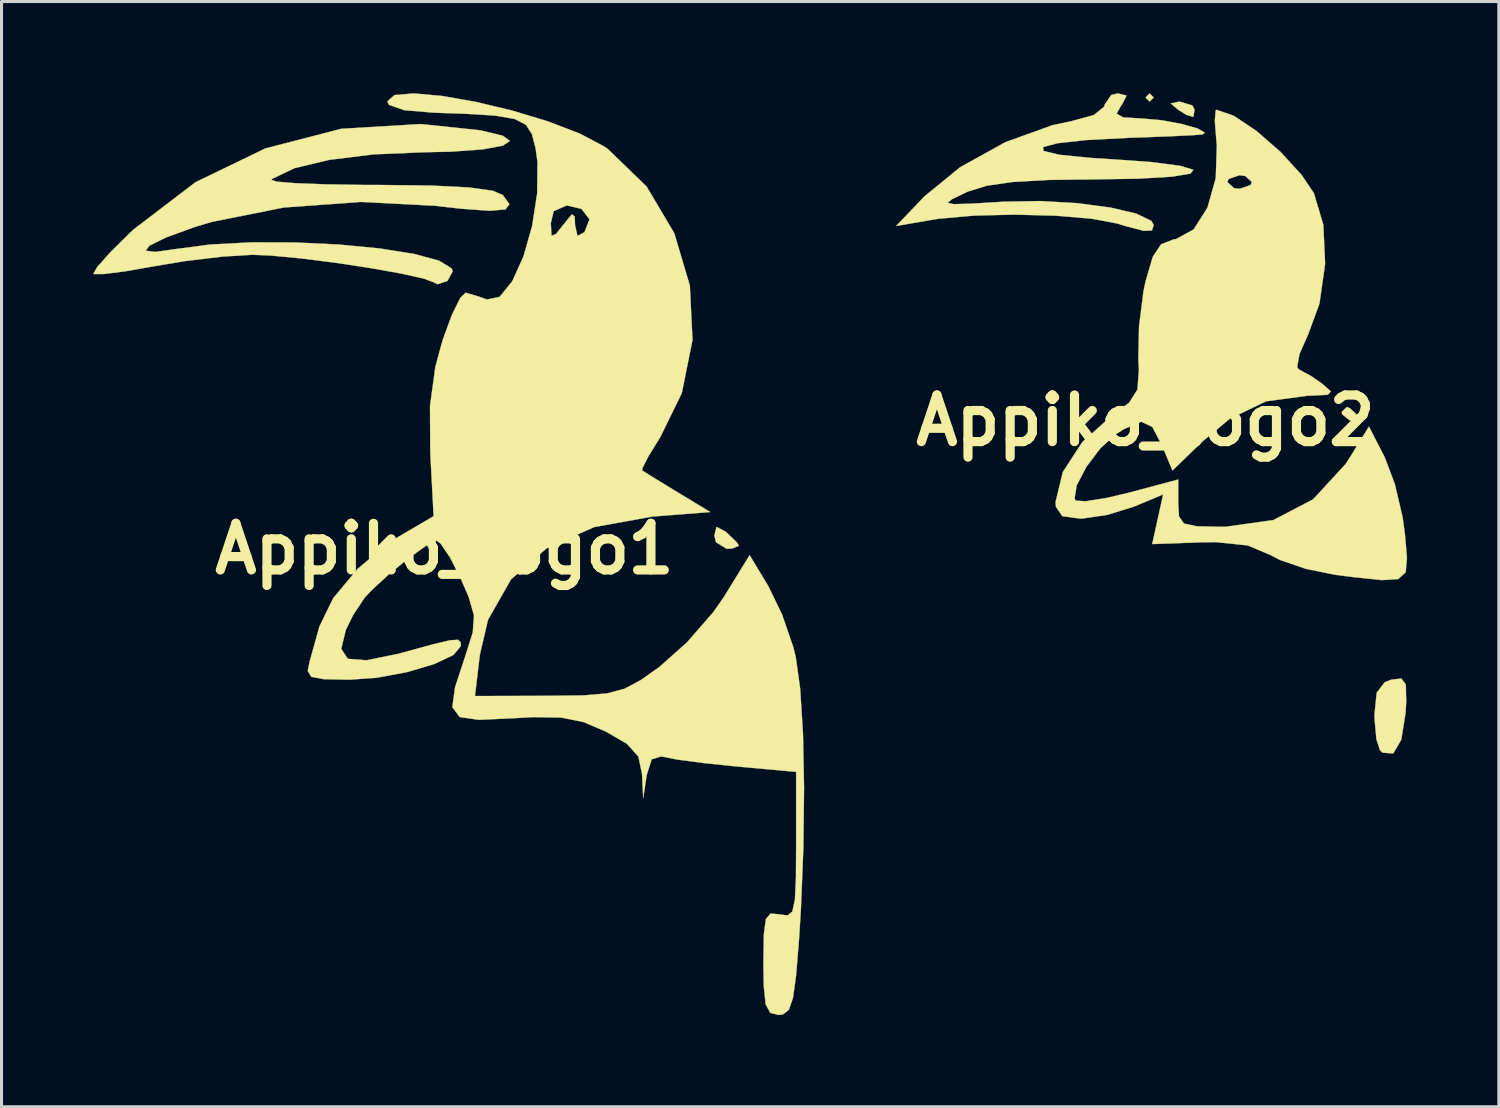
<source format=kicad_pcb>
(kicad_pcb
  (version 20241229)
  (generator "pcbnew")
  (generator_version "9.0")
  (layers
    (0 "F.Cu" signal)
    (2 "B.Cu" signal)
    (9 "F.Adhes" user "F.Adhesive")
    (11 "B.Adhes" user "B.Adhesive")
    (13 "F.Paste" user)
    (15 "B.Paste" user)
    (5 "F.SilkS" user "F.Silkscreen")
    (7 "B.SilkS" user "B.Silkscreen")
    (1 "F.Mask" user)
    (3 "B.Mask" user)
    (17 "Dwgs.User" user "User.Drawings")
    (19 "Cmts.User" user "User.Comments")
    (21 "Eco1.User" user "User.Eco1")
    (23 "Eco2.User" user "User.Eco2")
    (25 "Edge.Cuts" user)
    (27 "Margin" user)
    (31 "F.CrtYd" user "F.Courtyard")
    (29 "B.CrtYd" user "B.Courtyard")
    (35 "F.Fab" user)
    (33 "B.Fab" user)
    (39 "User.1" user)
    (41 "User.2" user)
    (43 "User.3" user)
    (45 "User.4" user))
  (footprint "Appiko_logo2"
    (layer "F.Cu")
    (at 34.407 10.7)
    (property "Reference" "Appiko_logo2" (at 0 0 0) (layer "F.SilkS") (effects (font (size 1.524 1.524) (thickness 0.3))))
    (attr through_hole)
    (fp_poly (pts (xy 0.267 -10.561) (xy 0.134 -10.427) (xy 0 -10.561) (xy 0.134 -10.695) (xy 0.267 -10.561)) (stroke (width 0.01) (type solid)) (fill yes) (layer "F.SilkS"))
    (fp_poly (pts (xy 1.533 -10.301) (xy 1.604 -10.16) (xy 1.563 -9.927) (xy 1.332 -9.996) (xy 1.069 -10.16) (xy 0.824 -10.367) (xy 1.076 -10.422) (xy 1.136 -10.423) (xy 1.533 -10.301)) (stroke (width 0.01) (type solid)) (fill yes) (layer "F.SilkS"))
    (fp_poly (pts (xy 6.684 -0.401) (xy 6.939 -0.161) (xy 6.952 -0.118) (xy 6.745 -0.003) (xy 6.684 0) (xy 6.427 -0.206) (xy 6.417 -0.283) (xy 6.581 -0.443) (xy 6.684 -0.401)) (stroke (width 0.01) (type solid)) (fill yes) (layer "F.SilkS"))
    (fp_poly (pts (xy 8.511 8.637) (xy 8.524 9.195) (xy 8.503 9.559) (xy 8.362 10.436) (xy 8.101 10.886) (xy 7.754 10.862) (xy 7.67 10.789) (xy 7.549 10.423) (xy 7.488 9.757) (xy 7.486 9.612) (xy 7.558 8.902) (xy 7.823 8.556) (xy 8.035 8.475) (xy 8.366 8.437) (xy 8.511 8.637)) (stroke (width 0.01) (type solid)) (fill yes) (layer "F.SilkS"))
    (fp_poly (pts (xy -0.619 -10.624) (xy -0.77 -10.333) (xy -0.802 -10.294) (xy -0.944 -10.034) (xy -0.735 -9.912) (xy -0.1 -9.874) (xy 0.539 -9.817) (xy 1.191 -9.695) (xy 1.707 -9.547) (xy 1.935 -9.413) (xy 1.872 -9.356) (xy 1.561 -9.33) (xy 0.848 -9.295) (xy -0.134 -9.257) (xy -0.535 -9.244) (xy -1.935 -9.171) (xy -2.878 -9.067) (xy -3.349 -8.943) (xy -3.333 -8.813) (xy -2.817 -8.689) (xy -1.787 -8.586) (xy -1.283 -8.555) (xy 0.193 -8.451) (xy 1.14 -8.327) (xy 1.564 -8.197) (xy 1.471 -8.075) (xy 0.866 -7.973) (xy -0.245 -7.907) (xy -1.551 -7.887) (xy -3.164 -7.867) (xy -4.345 -7.8) (xy -5.193 -7.677) (xy -5.807 -7.486) (xy -5.882 -7.452) (xy -6.325 -7.239) (xy -6.475 -7.118) (xy -6.272 -7.075) (xy -5.654 -7.093) (xy -4.65 -7.154) (xy -3.437 -7.176) (xy -2.23 -7.107) (xy -1.145 -6.963) (xy -0.3 -6.765) (xy 0.191 -6.528) (xy 0.267 -6.39) (xy 0.209 -6.214) (xy -0.052 -6.201) (xy -0.646 -6.356) (xy -0.936 -6.444) (xy -1.767 -6.6) (xy -2.947 -6.698) (xy -4.295 -6.732) (xy -5.627 -6.7) (xy -6.761 -6.598) (xy -6.952 -6.568) (xy -8.155 -6.361) (xy -7.224 -7.334) (xy -6.058 -8.285) (xy -4.589 -9.098) (xy -3.046 -9.656) (xy -2.441 -9.784) (xy -1.692 -9.987) (xy -1.348 -10.266) (xy -1.337 -10.328) (xy -1.12 -10.645) (xy -0.903 -10.695) (xy -0.619 -10.624)) (stroke (width 0.01) (type solid)) (fill yes) (layer "F.SilkS"))
    (fp_poly (pts (xy 2.882 -9.966) (xy 3.63 -9.466) (xy 4.419 -8.778) (xy 5.109 -8.023) (xy 5.505 -7.433) (xy 5.814 -6.397) (xy 5.872 -5.119) (xy 5.687 -3.822) (xy 5.317 -2.814) (xy 5.031 -2.168) (xy 4.959 -1.747) (xy 5.011 -1.672) (xy 5.417 -1.452) (xy 5.777 -1.202) (xy 6.06 -0.952) (xy 5.963 -0.842) (xy 5.414 -0.812) (xy 5.298 -0.811) (xy 3.938 -0.627) (xy 2.749 -0.054) (xy 1.844 0.7) (xy 0.88 1.636) (xy 0.541 0.818) (xy 0.221 0.208) (xy -0.141 0.04) (xy -0.701 0.278) (xy -0.959 0.441) (xy -1.472 0.902) (xy -1.936 1.516) (xy -2.252 2.121) (xy -2.321 2.551) (xy -2.283 2.619) (xy -1.959 2.641) (xy -1.279 2.533) (xy -0.525 2.355) (xy 1.069 1.928) (xy 1.069 2.702) (xy 1.094 3.137) (xy 1.255 3.368) (xy 1.679 3.459) (xy 2.495 3.476) (xy 2.612 3.476) (xy 4.182 3.254) (xy 5.48 2.577) (xy 6.539 1.426) (xy 6.7 1.177) (xy 7.305 0.198) (xy 7.826 1.213) (xy 8.155 2.087) (xy 8.408 3.172) (xy 8.483 3.731) (xy 8.548 4.495) (xy 8.507 4.961) (xy 8.265 5.183) (xy 7.726 5.218) (xy 6.795 5.12) (xy 6.213 5.047) (xy 5.249 4.852) (xy 4.392 4.559) (xy 4.087 4.399) (xy 3.34 4.084) (xy 2.299 3.976) (xy 1.793 3.984) (xy 0.218 4.04) (xy 0.397 3.229) (xy 0.575 2.417) (xy -0.372 2.813) (xy -1.239 3.083) (xy -2.072 3.207) (xy -2.13 3.208) (xy -2.719 3.128) (xy -2.93 2.823) (xy -2.941 2.66) (xy -2.705 1.686) (xy -2.065 0.701) (xy -1.146 -0.121) (xy -0.539 -0.58) (xy -0.266 -1.01) (xy -0.216 -1.642) (xy -0.235 -2.021) (xy -0.213 -3.076) (xy -0.068 -4.222) (xy 0.001 -4.551) (xy 0.236 -5.352) (xy 0.508 -5.762) (xy 0.917 -5.922) (xy 1 -5.933) (xy 1.575 -6.25) (xy 2.025 -6.96) (xy 2.26 -7.798) (xy 2.674 -7.798) (xy 2.891 -7.6) (xy 3.075 -7.575) (xy 3.431 -7.696) (xy 3.476 -7.798) (xy 3.259 -7.996) (xy 3.075 -8.021) (xy 2.719 -7.9) (xy 2.674 -7.798) (xy 2.26 -7.798) (xy 2.296 -7.927) (xy 2.332 -9.015) (xy 2.316 -9.157) (xy 2.265 -9.799) (xy 2.294 -10.142) (xy 2.316 -10.16) (xy 2.882 -9.966)) (stroke (width 0.01) (type solid)) (fill yes) (layer "F.SilkS")))
  (footprint "Appiko_logo1"
    (layer "F.Cu")
    (at 11.485 14.896)
    (property "Reference" "Appiko_logo1" (at 0 0 0) (layer "F.SilkS") (effects (font (size 1.524 1.524) (thickness 0.3))))
    (attr through_hole)
    (fp_poly (pts (xy 9.185 -0.567) (xy 9.224 -0.535) (xy 9.556 -0.214) (xy 9.625 -0.101) (xy 9.407 -0.011) (xy 9.224 0) (xy 8.877 -0.216) (xy 8.823 -0.434) (xy 8.893 -0.718) (xy 9.185 -0.567)) (stroke (width 0.01) (type solid)) (fill yes) (layer "F.SilkS"))
    (fp_poly (pts (xy 1.175 -13.685) (xy 1.906 -13.508) (xy 2.137 -13.336) (xy 1.905 -13.183) (xy 1.245 -13.061) (xy 0.193 -12.985) (xy -0.668 -12.968) (xy -2.327 -12.898) (xy -3.774 -12.718) (xy -4.907 -12.447) (xy -5.622 -12.104) (xy -5.667 -12.066) (xy -5.485 -12.006) (xy -4.858 -11.955) (xy -3.875 -11.918) (xy -2.628 -11.899) (xy -2.137 -11.898) (xy -0.414 -11.878) (xy 0.812 -11.816) (xy 1.578 -11.708) (xy 1.907 -11.568) (xy 2.122 -11.268) (xy 1.996 -11.1) (xy 1.479 -11.054) (xy 0.519 -11.123) (xy -0.312 -11.218) (xy -2.739 -11.343) (xy -5.252 -11.161) (xy -7.604 -10.692) (xy -8.155 -10.527) (xy -9.097 -10.186) (xy -9.646 -9.916) (xy -9.773 -9.747) (xy -9.45 -9.709) (xy -8.823 -9.798) (xy -7.662 -9.951) (xy -6.312 -10.022) (xy -4.873 -10.018) (xy -3.442 -9.949) (xy -2.117 -9.822) (xy -0.997 -9.644) (xy -0.18 -9.423) (xy 0.235 -9.168) (xy 0.267 -9.072) (xy 0.093 -8.758) (xy -0.229 -8.652) (xy -0.325 -8.702) (xy -0.679 -8.837) (xy -1.43 -9.004) (xy -2.441 -9.184) (xy -3.577 -9.356) (xy -4.703 -9.498) (xy -5.683 -9.591) (xy -6.283 -9.615) (xy -7.268 -9.555) (xy -8.484 -9.409) (xy -9.492 -9.241) (xy -10.426 -9.077) (xy -11.134 -8.986) (xy -11.473 -8.985) (xy -11.48 -8.99) (xy -11.359 -9.212) (xy -10.929 -9.695) (xy -10.28 -10.339) (xy -10.178 -10.435) (xy -8.143 -11.988) (xy -5.854 -13.094) (xy -3.376 -13.735) (xy -0.774 -13.89) (xy 1.175 -13.685)) (stroke (width 0.01) (type solid)) (fill yes) (layer "F.SilkS"))
    (fp_poly (pts (xy -0.082 -14.809) (xy 1.028 -14.614) (xy 2.219 -14.329) (xy 3.385 -13.976) (xy 4.422 -13.578) (xy 5.222 -13.157) (xy 5.331 -13.082) (xy 6.612 -11.842) (xy 7.516 -10.314) (xy 8.021 -8.607) (xy 8.109 -6.831) (xy 7.759 -5.092) (xy 7.055 -3.652) (xy 6.671 -3.032) (xy 6.47 -2.633) (xy 6.464 -2.562) (xy 6.724 -2.398) (xy 7.284 -2.055) (xy 7.62 -1.851) (xy 8.689 -1.203) (xy 6.798 -1.056) (xy 4.891 -0.711) (xy 3.339 -0.018) (xy 2.173 1) (xy 1.423 2.318) (xy 1.154 3.466) (xy 0.995 4.813) (xy 3.372 4.806) (xy 4.528 4.792) (xy 5.313 4.728) (xy 5.892 4.573) (xy 6.428 4.284) (xy 7.026 3.862) (xy 7.926 3.061) (xy 8.787 2.073) (xy 9.14 1.566) (xy 9.976 0.206) (xy 10.592 1.228) (xy 11.039 2.152) (xy 11.407 3.222) (xy 11.486 3.544) (xy 11.631 4.591) (xy 11.722 6.055) (xy 11.756 7.82) (xy 11.734 9.77) (xy 11.653 11.79) (xy 11.59 12.793) (xy 11.495 13.957) (xy 11.394 14.685) (xy 11.258 15.075) (xy 11.062 15.225) (xy 10.922 15.24) (xy 10.651 15.173) (xy 10.501 14.895) (xy 10.438 14.289) (xy 10.427 13.527) (xy 10.441 12.605) (xy 10.507 12.107) (xy 10.662 11.925) (xy 10.944 11.95) (xy 10.962 11.954) (xy 11.216 11.987) (xy 11.373 11.86) (xy 11.457 11.477) (xy 11.491 10.743) (xy 11.497 9.693) (xy 11.497 7.293) (xy 9.482 7.11) (xy 8.457 7.003) (xy 7.617 6.891) (xy 7.125 6.795) (xy 7.096 6.785) (xy 6.775 6.881) (xy 6.61 7.398) (xy 6.497 8.155) (xy 6.457 7.352) (xy 6.339 6.794) (xy 5.964 6.375) (xy 5.281 5.978) (xy 4.552 5.667) (xy 3.828 5.518) (xy 2.9 5.502) (xy 2.206 5.541) (xy 1.122 5.591) (xy 0.494 5.499) (xy 0.256 5.174) (xy 0.343 4.529) (xy 0.689 3.476) (xy 0.924 2.729) (xy 0.964 2.181) (xy 0.793 1.581) (xy 0.544 1.003) (xy 0.182 0.286) (xy -0.13 -0.175) (xy -0.259 -0.267) (xy -0.6 -0.103) (xy -1.175 0.307) (xy -1.829 0.841) (xy -2.408 1.378) (xy -2.616 1.603) (xy -2.99 2.169) (xy -3.227 2.65) (xy -3.377 3.268) (xy -3.164 3.595) (xy -2.553 3.645) (xy -1.507 3.431) (xy -1.348 3.388) (xy -0.381 3.123) (xy 0.181 2.989) (xy 0.447 2.974) (xy 0.529 3.067) (xy 0.535 3.179) (xy 0.292 3.471) (xy -0.341 3.769) (xy -1.224 4.031) (xy -2.213 4.215) (xy -3.098 4.278) (xy -3.938 4.263) (xy -4.358 4.185) (xy -4.472 3.99) (xy -4.408 3.676) (xy -4.201 2.938) (xy -4.092 2.54) (xy -3.64 1.614) (xy -2.836 0.649) (xy -1.825 -0.192) (xy -1.506 -0.395) (xy -0.356 -1.068) (xy -0.466 -3.141) (xy -0.475 -4.666) (xy -0.3 -5.952) (xy -0.064 -6.818) (xy 0.236 -7.641) (xy 0.513 -8.203) (xy 0.691 -8.375) (xy 1.136 -8.244) (xy 1.386 -8.153) (xy 1.803 -8.241) (xy 2.214 -8.748) (xy 2.58 -9.558) (xy 2.864 -10.555) (xy 2.878 -10.644) (xy 3.476 -10.644) (xy 3.499 -10.237) (xy 3.646 -10.294) (xy 3.868 -10.577) (xy 4.163 -10.937) (xy 4.257 -10.868) (xy 4.269 -10.574) (xy 4.348 -10.233) (xy 4.575 -10.351) (xy 4.741 -10.774) (xy 4.477 -11.116) (xy 3.995 -11.229) (xy 3.568 -11.042) (xy 3.476 -10.644) (xy 2.878 -10.644) (xy 3.03 -11.625) (xy 3.04 -12.65) (xy 2.977 -13.101) (xy 2.858 -13.56) (xy 2.66 -13.868) (xy 2.285 -14.059) (xy 1.636 -14.168) (xy 0.616 -14.229) (xy -0.334 -14.26) (xy -1.311 -14.342) (xy -1.811 -14.514) (xy -1.872 -14.626) (xy -1.638 -14.837) (xy -1.006 -14.891) (xy -0.082 -14.809)) (stroke (width 0.01) (type solid)) (fill yes) (layer "F.SilkS")))
  (gr_rect
    (start -3 -3)
    (end 45.959 33.141)
    (stroke (width 0.1) (type default))
    (fill no)
    (layer "Edge.Cuts")))
</source>
